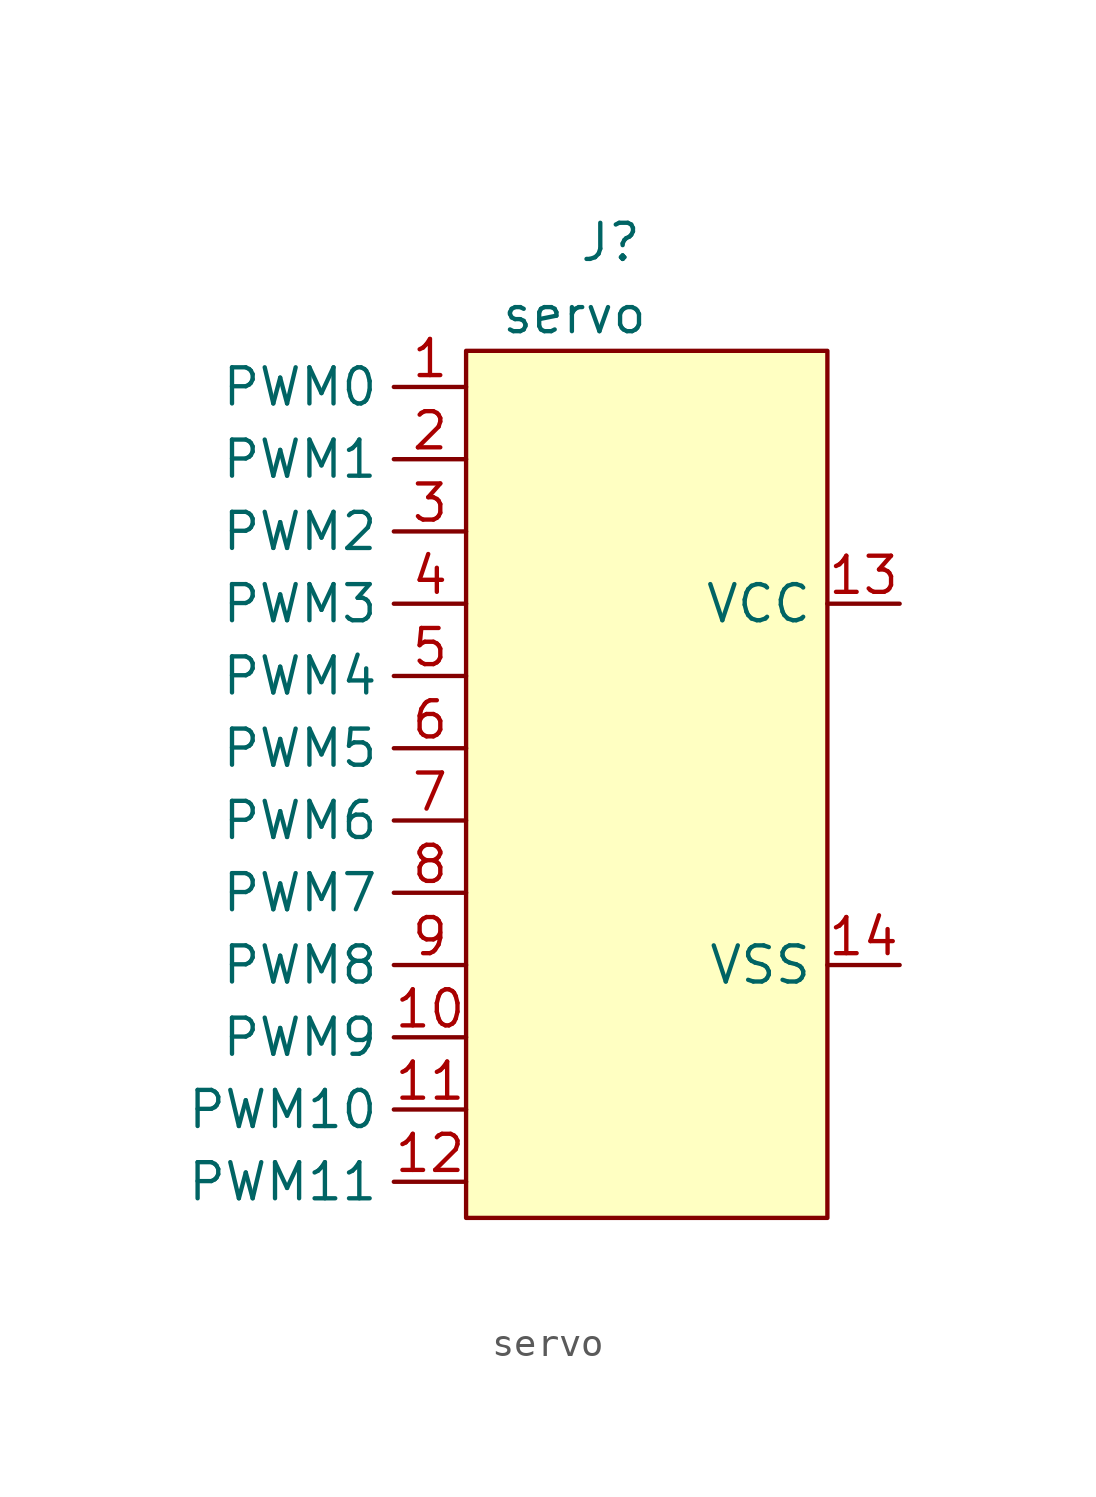
<source format=kicad_sym>
(kicad_symbol_lib
  (version 20220914)
  (generator kicad_symbol_editor)
  (symbol "servo"
    (property "Reference" "J"
      (at -1.27 -1.27 0)
      (effects (font (size 1.27 1.27))))
    (property "Value" "servo"
      (at -2.54 -3.81 0)
      (effects (font (size 1.27 1.27))))
    (symbol "servo_1_1"
      (rectangle (start -6.35 -5.08) (end 6.35 -35.56) (stroke (width 0) (type default)) (fill (type background)))
      (pin input line (at -6.35 -6.35 180) (length 2.54) (name "PWM0" (effects (font (size 1.27 1.27)))) (number "1" (effects (font (size 1.27 1.27)))))
      (pin input line (at -6.35 -29.21 180) (length 2.54) (name "PWM9" (effects (font (size 1.27 1.27)))) (number "10" (effects (font (size 1.27 1.27)))))
      (pin input line (at -6.35 -31.75 180) (length 2.54) (name "PWM10" (effects (font (size 1.27 1.27)))) (number "11" (effects (font (size 1.27 1.27)))))
      (pin input line (at -6.35 -34.29 180) (length 2.54) (name "PWM11" (effects (font (size 1.27 1.27)))) (number "12" (effects (font (size 1.27 1.27)))))
      (pin input line (at 8.89 -13.97 180) (length 2.54) (name "VCC" (effects (font (size 1.27 1.27)))) (number "13" (effects (font (size 1.27 1.27)))))
      (pin input line (at 8.89 -26.67 180) (length 2.54) (name "VSS" (effects (font (size 1.27 1.27)))) (number "14" (effects (font (size 1.27 1.27)))))
      (pin input line (at -6.35 -8.89 180) (length 2.54) (name "PWM1" (effects (font (size 1.27 1.27)))) (number "2" (effects (font (size 1.27 1.27)))))
      (pin input line (at -6.35 -11.43 180) (length 2.54) (name "PWM2" (effects (font (size 1.27 1.27)))) (number "3" (effects (font (size 1.27 1.27)))))
      (pin input line (at -6.35 -13.97 180) (length 2.54) (name "PWM3" (effects (font (size 1.27 1.27)))) (number "4" (effects (font (size 1.27 1.27)))))
      (pin input line (at -6.35 -16.51 180) (length 2.54) (name "PWM4" (effects (font (size 1.27 1.27)))) (number "5" (effects (font (size 1.27 1.27)))))
      (pin input line (at -6.35 -19.05 180) (length 2.54) (name "PWM5" (effects (font (size 1.27 1.27)))) (number "6" (effects (font (size 1.27 1.27)))))
      (pin input line (at -6.35 -21.59 180) (length 2.54) (name "PWM6" (effects (font (size 1.27 1.27)))) (number "7" (effects (font (size 1.27 1.27)))))
      (pin input line (at -6.35 -24.13 180) (length 2.54) (name "PWM7" (effects (font (size 1.27 1.27)))) (number "8" (effects (font (size 1.27 1.27)))))
      (pin input line (at -6.35 -26.67 180) (length 2.54) (name "PWM8" (effects (font (size 1.27 1.27)))) (number "9" (effects (font (size 1.27 1.27))))))))
</source>
